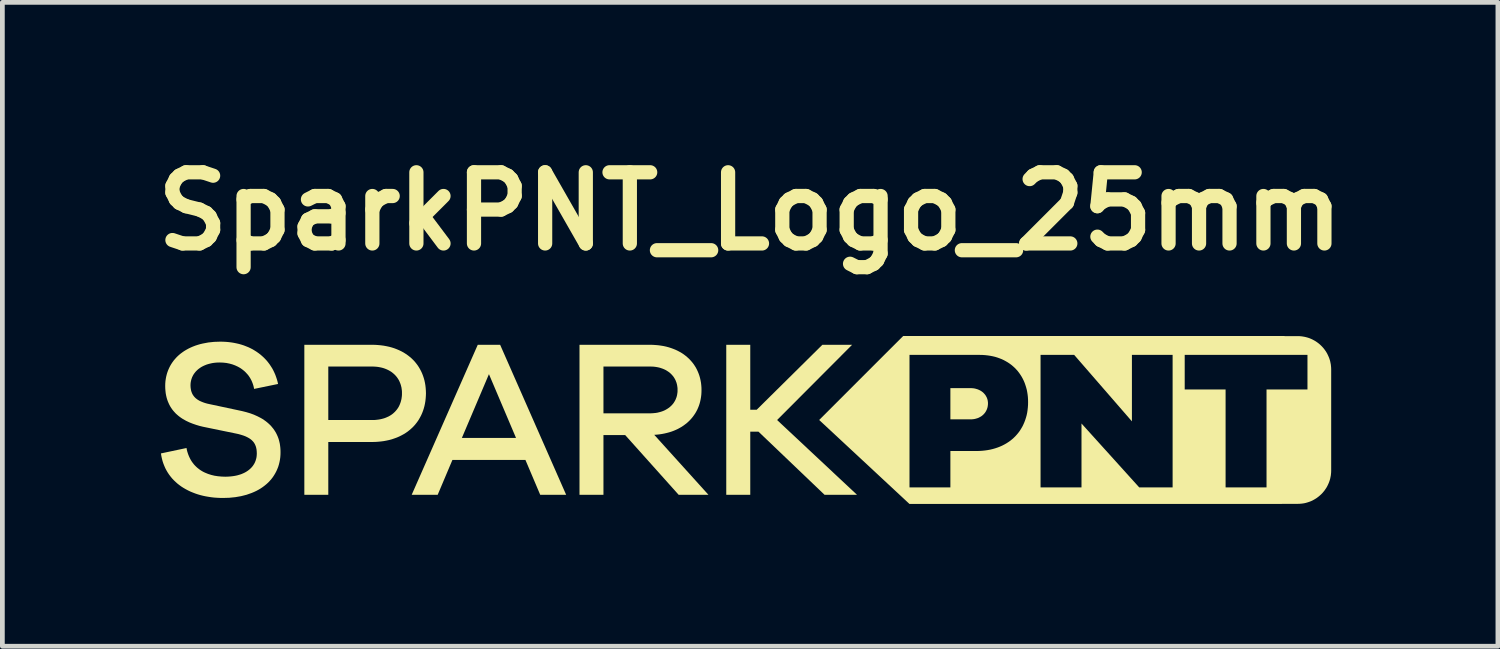
<source format=kicad_pcb>
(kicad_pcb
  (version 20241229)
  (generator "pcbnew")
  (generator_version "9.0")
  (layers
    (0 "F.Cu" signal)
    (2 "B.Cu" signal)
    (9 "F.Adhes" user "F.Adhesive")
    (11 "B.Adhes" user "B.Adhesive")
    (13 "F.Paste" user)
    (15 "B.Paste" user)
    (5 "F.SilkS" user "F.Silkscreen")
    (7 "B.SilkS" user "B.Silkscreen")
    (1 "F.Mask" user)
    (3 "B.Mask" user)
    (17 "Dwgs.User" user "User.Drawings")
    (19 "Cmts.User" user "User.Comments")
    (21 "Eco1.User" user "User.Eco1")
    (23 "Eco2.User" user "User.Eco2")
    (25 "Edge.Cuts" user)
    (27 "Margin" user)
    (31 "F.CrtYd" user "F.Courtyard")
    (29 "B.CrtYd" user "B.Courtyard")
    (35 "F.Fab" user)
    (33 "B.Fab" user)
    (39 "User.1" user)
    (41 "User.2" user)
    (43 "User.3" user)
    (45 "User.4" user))
  (footprint "SparkPNT_Logo_25mm"
    (layer "F.Cu")
    (at 12.764 5.804)
    (property "Reference" "SparkPNT_Logo_25mm" (at 0 -4.4 0) (layer "F.SilkS") (effects (font (size 1.5 1.5) (thickness 0.3))))
    (attr board_only exclude_from_pos_files exclude_from_bom)
    (fp_poly (pts (xy 3.359 1.77) (xy 3.359 1.77) (xy 3.359 1.77) (xy 3.359 1.77) (xy 3.359 1.77) (xy 3.359 1.77)) (stroke (width -0.000001) (type solid)) (fill yes) (layer "F.SilkS"))
    (fp_poly (pts (xy 0.003 -0.216) (xy 0.139 -0.216) (xy 1.523 -1.585) (xy 2.15 -1.585) (xy 0.569 0.001) (xy 2.254 1.578) (xy 1.57 1.578) (xy 0.177 0.247) (xy 0.003 0.247) (xy 0.003 1.578) (xy -0.503 1.578) (xy -0.503 -1.585) (xy 0.003 -1.585)) (stroke (width -0.000001) (type solid)) (fill yes) (layer "F.SilkS"))
    (fp_poly (pts (xy -3.878 1.578) (xy -4.425 1.578) (xy -4.737 0.842) (xy -6.276 0.842) (xy -6.587 1.578) (xy -7.135 1.578) (xy -6.607 0.379) (xy -6.077 0.379) (xy -4.935 0.379) (xy -5.506 -0.966) (xy -6.077 0.379) (xy -6.607 0.379) (xy -5.742 -1.585) (xy -5.27 -1.585)) (stroke (width -0.000001) (type solid)) (fill yes) (layer "F.SilkS"))
    (fp_poly (pts (xy 4.667 -0.671) (xy 4.685 -0.67) (xy 4.704 -0.668) (xy 4.722 -0.666) (xy 4.74 -0.662) (xy 4.757 -0.658) (xy 4.774 -0.653) (xy 4.791 -0.648) (xy 4.807 -0.642) (xy 4.823 -0.635) (xy 4.838 -0.628) (xy 4.853 -0.62) (xy 4.868 -0.611) (xy 4.882 -0.602) (xy 4.895 -0.592) (xy 4.908 -0.582) (xy 4.92 -0.571) (xy 4.931 -0.559) (xy 4.942 -0.547) (xy 4.952 -0.535) (xy 4.962 -0.522) (xy 4.97 -0.508) (xy 4.978 -0.494) (xy 4.986 -0.48) (xy 4.992 -0.465) (xy 4.998 -0.45) (xy 5.003 -0.434) (xy 5.007 -0.418) (xy 5.01 -0.402) (xy 5.012 -0.385) (xy 5.014 -0.368) (xy 5.014 -0.351) (xy 5.014 -0.332) (xy 5.012 -0.313) (xy 5.01 -0.295) (xy 5.007 -0.278) (xy 5.003 -0.26) (xy 4.998 -0.244) (xy 4.992 -0.228) (xy 4.986 -0.212) (xy 4.978 -0.197) (xy 4.97 -0.182) (xy 4.962 -0.168) (xy 4.952 -0.154) (xy 4.942 -0.141) (xy 4.931 -0.129) (xy 4.92 -0.117) (xy 4.908 -0.105) (xy 4.895 -0.095) (xy 4.882 -0.084) (xy 4.868 -0.075) (xy 4.853 -0.066) (xy 4.838 -0.058) (xy 4.823 -0.05) (xy 4.807 -0.043) (xy 4.791 -0.037) (xy 4.774 -0.032) (xy 4.757 -0.027) (xy 4.74 -0.023) (xy 4.722 -0.019) (xy 4.704 -0.017) (xy 4.685 -0.015) (xy 4.667 -0.013) (xy 4.648 -0.013) (xy 4.222 -0.013) (xy 4.222 -0.672) (xy 4.648 -0.672)) (stroke (width -0.000001) (type solid)) (fill yes) (layer "F.SilkS"))
    (fp_poly (pts (xy -7.907 -1.584) (xy -7.844 -1.58) (xy -7.783 -1.574) (xy -7.723 -1.566) (xy -7.664 -1.555) (xy -7.608 -1.543) (xy -7.553 -1.528) (xy -7.5 -1.511) (xy -7.448 -1.491) (xy -7.399 -1.47) (xy -7.351 -1.447) (xy -7.305 -1.422) (xy -7.261 -1.394) (xy -7.219 -1.365) (xy -7.179 -1.334) (xy -7.141 -1.302) (xy -7.105 -1.267) (xy -7.071 -1.231) (xy -7.04 -1.193) (xy -7.01 -1.153) (xy -6.983 -1.112) (xy -6.958 -1.069) (xy -6.935 -1.025) (xy -6.914 -0.979) (xy -6.896 -0.932) (xy -6.88 -0.884) (xy -6.866 -0.834) (xy -6.855 -0.783) (xy -6.846 -0.73) (xy -6.84 -0.676) (xy -6.836 -0.621) (xy -6.834 -0.565) (xy -6.836 -0.508) (xy -6.84 -0.453) (xy -6.846 -0.398) (xy -6.855 -0.345) (xy -6.866 -0.293) (xy -6.88 -0.242) (xy -6.896 -0.193) (xy -6.914 -0.146) (xy -6.935 -0.099) (xy -6.958 -0.055) (xy -6.983 -0.011) (xy -7.01 0.03) (xy -7.04 0.07) (xy -7.071 0.108) (xy -7.105 0.145) (xy -7.141 0.179) (xy -7.179 0.212) (xy -7.219 0.244) (xy -7.261 0.273) (xy -7.305 0.3) (xy -7.351 0.325) (xy -7.399 0.349) (xy -7.448 0.37) (xy -7.5 0.389) (xy -7.553 0.407) (xy -7.608 0.422) (xy -7.664 0.434) (xy -7.723 0.445) (xy -7.783 0.453) (xy -7.844 0.459) (xy -7.907 0.463) (xy -7.972 0.464) (xy -8.893 0.464) (xy -8.893 1.578) (xy -9.398 1.578) (xy -9.398 0.001) (xy -8.893 0.001) (xy -7.972 0.001) (xy -7.935 0.001) (xy -7.9 -0.001) (xy -7.865 -0.005) (xy -7.831 -0.009) (xy -7.798 -0.015) (xy -7.766 -0.022) (xy -7.736 -0.03) (xy -7.706 -0.039) (xy -7.677 -0.05) (xy -7.65 -0.062) (xy -7.623 -0.074) (xy -7.598 -0.088) (xy -7.573 -0.103) (xy -7.55 -0.119) (xy -7.528 -0.136) (xy -7.507 -0.155) (xy -7.487 -0.174) (xy -7.469 -0.194) (xy -7.451 -0.215) (xy -7.435 -0.237) (xy -7.42 -0.259) (xy -7.406 -0.283) (xy -7.394 -0.308) (xy -7.383 -0.333) (xy -7.373 -0.36) (xy -7.364 -0.387) (xy -7.357 -0.415) (xy -7.35 -0.443) (xy -7.346 -0.473) (xy -7.342 -0.503) (xy -7.34 -0.534) (xy -7.34 -0.565) (xy -7.34 -0.596) (xy -7.342 -0.625) (xy -7.346 -0.654) (xy -7.35 -0.683) (xy -7.357 -0.711) (xy -7.364 -0.738) (xy -7.373 -0.765) (xy -7.383 -0.79) (xy -7.394 -0.816) (xy -7.406 -0.84) (xy -7.42 -0.863) (xy -7.435 -0.886) (xy -7.451 -0.908) (xy -7.469 -0.929) (xy -7.487 -0.949) (xy -7.507 -0.968) (xy -7.528 -0.986) (xy -7.55 -1.004) (xy -7.573 -1.02) (xy -7.598 -1.035) (xy -7.623 -1.049) (xy -7.65 -1.062) (xy -7.677 -1.074) (xy -7.706 -1.085) (xy -7.736 -1.095) (xy -7.766 -1.103) (xy -7.798 -1.11) (xy -7.831 -1.116) (xy -7.865 -1.121) (xy -7.9 -1.124) (xy -7.935 -1.126) (xy -7.972 -1.127) (xy -8.893 -1.127) (xy -8.893 0.001) (xy -9.398 0.001) (xy -9.398 -1.585) (xy -7.972 -1.585)) (stroke (width -0.000001) (type solid)) (fill yes) (layer "F.SilkS"))
    (fp_poly (pts (xy -2.05 -1.584) (xy -1.991 -1.58) (xy -1.933 -1.575) (xy -1.877 -1.567) (xy -1.822 -1.558) (xy -1.768 -1.546) (xy -1.716 -1.532) (xy -1.666 -1.516) (xy -1.617 -1.498) (xy -1.57 -1.479) (xy -1.524 -1.457) (xy -1.481 -1.434) (xy -1.438 -1.409) (xy -1.398 -1.382) (xy -1.36 -1.353) (xy -1.323 -1.322) (xy -1.288 -1.29) (xy -1.256 -1.256) (xy -1.225 -1.221) (xy -1.196 -1.184) (xy -1.17 -1.146) (xy -1.145 -1.106) (xy -1.123 -1.064) (xy -1.103 -1.021) (xy -1.085 -0.977) (xy -1.069 -0.931) (xy -1.056 -0.885) (xy -1.045 -0.836) (xy -1.036 -0.787) (xy -1.03 -0.736) (xy -1.026 -0.684) (xy -1.025 -0.631) (xy -1.026 -0.581) (xy -1.029 -0.532) (xy -1.035 -0.483) (xy -1.043 -0.436) (xy -1.053 -0.39) (xy -1.065 -0.345) (xy -1.079 -0.302) (xy -1.096 -0.259) (xy -1.114 -0.218) (xy -1.135 -0.178) (xy -1.157 -0.14) (xy -1.182 -0.103) (xy -1.208 -0.067) (xy -1.236 -0.033) (xy -1.266 0.000437) (xy -1.298 0.032) (xy -1.331 0.062) (xy -1.367 0.09) (xy -1.403 0.117) (xy -1.442 0.143) (xy -1.482 0.166) (xy -1.524 0.189) (xy -1.567 0.209) (xy -1.612 0.228) (xy -1.658 0.245) (xy -1.706 0.26) (xy -1.755 0.273) (xy -1.806 0.285) (xy -1.858 0.295) (xy -1.911 0.303) (xy -1.965 0.309) (xy -2.021 0.313) (xy -0.878 1.578) (xy -1.506 1.578) (xy -2.634 0.318) (xy -3.092 0.318) (xy -3.092 1.578) (xy -3.597 1.578) (xy -3.597 -0.14) (xy -3.092 -0.14) (xy -2.11 -0.14) (xy -2.078 -0.141) (xy -2.046 -0.143) (xy -2.015 -0.146) (xy -1.985 -0.149) (xy -1.956 -0.154) (xy -1.927 -0.161) (xy -1.899 -0.168) (xy -1.872 -0.176) (xy -1.846 -0.185) (xy -1.821 -0.195) (xy -1.797 -0.206) (xy -1.773 -0.219) (xy -1.751 -0.232) (xy -1.729 -0.246) (xy -1.709 -0.26) (xy -1.689 -0.276) (xy -1.671 -0.293) (xy -1.653 -0.31) (xy -1.637 -0.328) (xy -1.621 -0.347) (xy -1.607 -0.367) (xy -1.594 -0.388) (xy -1.582 -0.409) (xy -1.571 -0.431) (xy -1.562 -0.454) (xy -1.553 -0.477) (xy -1.546 -0.501) (xy -1.54 -0.526) (xy -1.536 -0.552) (xy -1.532 -0.578) (xy -1.53 -0.604) (xy -1.53 -0.631) (xy -1.53 -0.659) (xy -1.532 -0.686) (xy -1.536 -0.712) (xy -1.54 -0.738) (xy -1.546 -0.763) (xy -1.553 -0.788) (xy -1.562 -0.811) (xy -1.571 -0.834) (xy -1.582 -0.857) (xy -1.594 -0.878) (xy -1.607 -0.899) (xy -1.621 -0.919) (xy -1.637 -0.938) (xy -1.653 -0.956) (xy -1.671 -0.974) (xy -1.689 -0.991) (xy -1.709 -1.007) (xy -1.729 -1.021) (xy -1.751 -1.035) (xy -1.773 -1.049) (xy -1.797 -1.061) (xy -1.821 -1.072) (xy -1.846 -1.082) (xy -1.872 -1.091) (xy -1.899 -1.1) (xy -1.927 -1.107) (xy -1.956 -1.113) (xy -1.985 -1.118) (xy -2.015 -1.122) (xy -2.046 -1.125) (xy -2.078 -1.126) (xy -2.11 -1.127) (xy -3.092 -1.127) (xy -3.092 -0.14) (xy -3.597 -0.14) (xy -3.597 -1.585) (xy -2.11 -1.585)) (stroke (width -0.000001) (type solid)) (fill yes) (layer "F.SilkS"))
    (fp_poly (pts (xy 11.267 -1.767) (xy 11.548 -1.767) (xy 11.584 -1.767) (xy 11.62 -1.764) (xy 11.655 -1.759) (xy 11.689 -1.753) (xy 11.723 -1.745) (xy 11.756 -1.736) (xy 11.789 -1.725) (xy 11.821 -1.712) (xy 11.852 -1.698) (xy 11.882 -1.682) (xy 11.911 -1.666) (xy 11.94 -1.647) (xy 11.967 -1.628) (xy 11.994 -1.607) (xy 12.019 -1.585) (xy 12.044 -1.561) (xy 12.067 -1.537) (xy 12.089 -1.512) (xy 12.11 -1.485) (xy 12.129 -1.458) (xy 12.148 -1.429) (xy 12.165 -1.4) (xy 12.18 -1.369) (xy 12.194 -1.338) (xy 12.207 -1.307) (xy 12.218 -1.274) (xy 12.228 -1.241) (xy 12.235 -1.207) (xy 12.242 -1.172) (xy 12.246 -1.137) (xy 12.249 -1.102) (xy 12.25 -1.066) (xy 12.25 1.067) (xy 12.249 1.103) (xy 12.246 1.138) (xy 12.242 1.173) (xy 12.235 1.208) (xy 12.228 1.241) (xy 12.218 1.275) (xy 12.207 1.307) (xy 12.194 1.339) (xy 12.18 1.37) (xy 12.165 1.4) (xy 12.148 1.43) (xy 12.129 1.458) (xy 12.11 1.486) (xy 12.089 1.512) (xy 12.067 1.538) (xy 12.044 1.562) (xy 12.019 1.585) (xy 11.994 1.607) (xy 11.967 1.628) (xy 11.94 1.648) (xy 11.911 1.666) (xy 11.882 1.683) (xy 11.852 1.699) (xy 11.821 1.713) (xy 11.789 1.725) (xy 11.756 1.736) (xy 11.723 1.746) (xy 11.689 1.754) (xy 11.655 1.76) (xy 11.62 1.764) (xy 11.584 1.767) (xy 11.548 1.768) (xy 11.211 1.768) (xy 11.211 1.77) (xy 3.359 1.77) (xy 1.456 0.000017) (xy 2.828 -1.372) (xy 3.36 -1.372) (xy 3.36 1.421) (xy 4.222 1.421) (xy 4.222 1.421) (xy 6.123 1.421) (xy 6.986 1.421) (xy 6.986 0.074) (xy 8.203 1.421) (xy 8.907 1.421) (xy 8.907 -0.643) (xy 9.162 -0.643) (xy 10.024 -0.643) (xy 10.024 1.421) (xy 10.887 1.421) (xy 10.887 -0.643) (xy 11.75 -0.643) (xy 11.75 -0.643) (xy 11.75 -1.372) (xy 9.162 -1.372) (xy 9.162 -0.643) (xy 8.907 -0.643) (xy 8.907 -1.372) (xy 8.907 -1.372) (xy 8.907 -1.372) (xy 8.049 -1.372) (xy 8.049 0.029) (xy 6.832 -1.372) (xy 6.123 -1.372) (xy 6.123 1.421) (xy 4.222 1.421) (xy 4.222 0.654) (xy 4.773 0.654) (xy 4.833 0.653) (xy 4.893 0.649) (xy 4.951 0.643) (xy 5.007 0.635) (xy 5.062 0.625) (xy 5.116 0.612) (xy 5.168 0.597) (xy 5.219 0.58) (xy 5.268 0.561) (xy 5.315 0.54) (xy 5.36 0.517) (xy 5.404 0.492) (xy 5.446 0.465) (xy 5.487 0.436) (xy 5.525 0.405) (xy 5.562 0.372) (xy 5.597 0.337) (xy 5.629 0.301) (xy 5.66 0.263) (xy 5.689 0.223) (xy 5.715 0.181) (xy 5.74 0.138) (xy 5.762 0.093) (xy 5.782 0.047) (xy 5.8 -0.001) (xy 5.816 -0.05) (xy 5.83 -0.101) (xy 5.841 -0.153) (xy 5.849 -0.207) (xy 5.855 -0.262) (xy 5.859 -0.318) (xy 5.86 -0.376) (xy 5.859 -0.431) (xy 5.856 -0.484) (xy 5.85 -0.537) (xy 5.842 -0.588) (xy 5.832 -0.639) (xy 5.819 -0.687) (xy 5.804 -0.735) (xy 5.788 -0.781) (xy 5.769 -0.826) (xy 5.748 -0.869) (xy 5.725 -0.911) (xy 5.7 -0.951) (xy 5.673 -0.99) (xy 5.645 -1.027) (xy 5.614 -1.062) (xy 5.582 -1.096) (xy 5.547 -1.128) (xy 5.512 -1.158) (xy 5.474 -1.186) (xy 5.434 -1.213) (xy 5.393 -1.237) (xy 5.351 -1.26) (xy 5.307 -1.281) (xy 5.261 -1.299) (xy 5.214 -1.316) (xy 5.165 -1.331) (xy 5.115 -1.343) (xy 5.063 -1.353) (xy 5.01 -1.361) (xy 4.956 -1.367) (xy 4.9 -1.371) (xy 4.843 -1.372) (xy 3.36 -1.372) (xy 3.36 -1.372) (xy 3.36 -1.372) (xy 2.828 -1.372) (xy 3.227 -1.77) (xy 11.267 -1.77)) (stroke (width -0.000001) (type solid)) (fill yes) (layer "F.SilkS"))
    (fp_poly (pts (xy -11.11 -1.65) (xy -11.051 -1.647) (xy -10.994 -1.642) (xy -10.938 -1.635) (xy -10.882 -1.626) (xy -10.829 -1.615) (xy -10.776 -1.603) (xy -10.724 -1.588) (xy -10.674 -1.572) (xy -10.626 -1.553) (xy -10.578 -1.534) (xy -10.532 -1.512) (xy -10.487 -1.489) (xy -10.444 -1.463) (xy -10.403 -1.437) (xy -10.362 -1.408) (xy -10.324 -1.379) (xy -10.287 -1.347) (xy -10.251 -1.314) (xy -10.218 -1.28) (xy -10.185 -1.244) (xy -10.155 -1.206) (xy -10.126 -1.167) (xy -10.1 -1.127) (xy -10.074 -1.086) (xy -10.051 -1.043) (xy -10.03 -0.999) (xy -10.01 -0.953) (xy -9.993 -0.906) (xy -9.977 -0.858) (xy -9.963 -0.809) (xy -9.952 -0.759) (xy -10.457 -0.655) (xy -10.463 -0.686) (xy -10.47 -0.716) (xy -10.479 -0.746) (xy -10.489 -0.775) (xy -10.5 -0.803) (xy -10.512 -0.831) (xy -10.526 -0.857) (xy -10.54 -0.883) (xy -10.556 -0.908) (xy -10.573 -0.933) (xy -10.591 -0.956) (xy -10.611 -0.978) (xy -10.631 -1) (xy -10.652 -1.021) (xy -10.674 -1.04) (xy -10.698 -1.059) (xy -10.722 -1.077) (xy -10.747 -1.094) (xy -10.773 -1.109) (xy -10.8 -1.124) (xy -10.856 -1.15) (xy -10.915 -1.172) (xy -10.977 -1.189) (xy -11.042 -1.202) (xy -11.109 -1.209) (xy -11.179 -1.212) (xy -11.214 -1.211) (xy -11.248 -1.21) (xy -11.281 -1.207) (xy -11.313 -1.203) (xy -11.344 -1.198) (xy -11.375 -1.191) (xy -11.404 -1.184) (xy -11.433 -1.176) (xy -11.461 -1.167) (xy -11.488 -1.156) (xy -11.514 -1.145) (xy -11.539 -1.133) (xy -11.563 -1.12) (xy -11.586 -1.106) (xy -11.607 -1.091) (xy -11.628 -1.076) (xy -11.648 -1.059) (xy -11.666 -1.042) (xy -11.684 -1.024) (xy -11.7 -1.005) (xy -11.715 -0.986) (xy -11.729 -0.966) (xy -11.742 -0.945) (xy -11.753 -0.923) (xy -11.764 -0.901) (xy -11.772 -0.878) (xy -11.78 -0.855) (xy -11.786 -0.831) (xy -11.791 -0.807) (xy -11.795 -0.782) (xy -11.797 -0.756) (xy -11.798 -0.73) (xy -11.796 -0.69) (xy -11.794 -0.671) (xy -11.791 -0.652) (xy -11.788 -0.634) (xy -11.784 -0.616) (xy -11.779 -0.599) (xy -11.773 -0.583) (xy -11.767 -0.567) (xy -11.76 -0.552) (xy -11.752 -0.537) (xy -11.743 -0.522) (xy -11.733 -0.509) (xy -11.723 -0.495) (xy -11.712 -0.483) (xy -11.7 -0.47) (xy -11.687 -0.458) (xy -11.673 -0.447) (xy -11.659 -0.436) (xy -11.644 -0.426) (xy -11.611 -0.406) (xy -11.574 -0.389) (xy -11.535 -0.373) (xy -11.492 -0.358) (xy -11.446 -0.345) (xy -11.396 -0.334) (xy -10.712 -0.188) (xy -10.625 -0.166) (xy -10.541 -0.141) (xy -10.462 -0.112) (xy -10.386 -0.078) (xy -10.314 -0.041) (xy -10.28 -0.021) (xy -10.247 0.001) (xy -10.216 0.023) (xy -10.185 0.047) (xy -10.156 0.072) (xy -10.129 0.097) (xy -10.102 0.124) (xy -10.078 0.153) (xy -10.054 0.182) (xy -10.032 0.213) (xy -10.012 0.244) (xy -9.993 0.277) (xy -9.976 0.311) (xy -9.96 0.347) (xy -9.946 0.383) (xy -9.934 0.421) (xy -9.924 0.461) (xy -9.915 0.501) (xy -9.909 0.543) (xy -9.904 0.586) (xy -9.901 0.631) (xy -9.9 0.676) (xy -9.901 0.731) (xy -9.905 0.785) (xy -9.912 0.838) (xy -9.922 0.889) (xy -9.934 0.938) (xy -9.949 0.987) (xy -9.967 1.033) (xy -9.987 1.078) (xy -10.01 1.122) (xy -10.035 1.164) (xy -10.062 1.205) (xy -10.092 1.244) (xy -10.124 1.281) (xy -10.158 1.317) (xy -10.195 1.351) (xy -10.234 1.383) (xy -10.275 1.414) (xy -10.318 1.443) (xy -10.363 1.47) (xy -10.41 1.495) (xy -10.459 1.518) (xy -10.509 1.539) (xy -10.617 1.577) (xy -10.731 1.606) (xy -10.852 1.627) (xy -10.98 1.64) (xy -11.113 1.644) (xy -11.176 1.643) (xy -11.237 1.64) (xy -11.298 1.636) (xy -11.358 1.629) (xy -11.418 1.62) (xy -11.476 1.61) (xy -11.533 1.598) (xy -11.589 1.584) (xy -11.644 1.568) (xy -11.697 1.55) (xy -11.749 1.53) (xy -11.8 1.509) (xy -11.85 1.485) (xy -11.897 1.46) (xy -11.944 1.433) (xy -11.988 1.405) (xy -12.031 1.374) (xy -12.072 1.342) (xy -12.111 1.307) (xy -12.148 1.272) (xy -12.184 1.234) (xy -12.217 1.194) (xy -12.248 1.153) (xy -12.277 1.11) (xy -12.303 1.066) (xy -12.328 1.019) (xy -12.349 0.971) (xy -12.369 0.921) (xy -12.386 0.87) (xy -12.4 0.816) (xy -12.412 0.761) (xy -12.421 0.705) (xy -11.882 0.591) (xy -11.875 0.629) (xy -11.866 0.665) (xy -11.855 0.7) (xy -11.843 0.734) (xy -11.83 0.766) (xy -11.815 0.798) (xy -11.8 0.828) (xy -11.783 0.857) (xy -11.765 0.885) (xy -11.745 0.911) (xy -11.725 0.937) (xy -11.703 0.961) (xy -11.68 0.984) (xy -11.656 1.006) (xy -11.631 1.026) (xy -11.605 1.046) (xy -11.578 1.064) (xy -11.55 1.081) (xy -11.521 1.097) (xy -11.491 1.111) (xy -11.428 1.137) (xy -11.362 1.158) (xy -11.292 1.175) (xy -11.22 1.186) (xy -11.144 1.193) (xy -11.066 1.196) (xy -11.027 1.195) (xy -10.988 1.193) (xy -10.951 1.19) (xy -10.915 1.186) (xy -10.88 1.181) (xy -10.847 1.175) (xy -10.814 1.168) (xy -10.783 1.159) (xy -10.752 1.15) (xy -10.723 1.14) (xy -10.695 1.128) (xy -10.668 1.116) (xy -10.643 1.103) (xy -10.619 1.089) (xy -10.596 1.074) (xy -10.574 1.058) (xy -10.553 1.041) (xy -10.534 1.024) (xy -10.516 1.006) (xy -10.499 0.987) (xy -10.483 0.967) (xy -10.469 0.946) (xy -10.456 0.925) (xy -10.444 0.903) (xy -10.434 0.88) (xy -10.425 0.857) (xy -10.418 0.833) (xy -10.411 0.808) (xy -10.406 0.783) (xy -10.403 0.758) (xy -10.401 0.731) (xy -10.4 0.705) (xy -10.402 0.661) (xy -10.406 0.62) (xy -10.41 0.601) (xy -10.414 0.582) (xy -10.419 0.564) (xy -10.425 0.547) (xy -10.432 0.53) (xy -10.439 0.514) (xy -10.448 0.498) (xy -10.457 0.483) (xy -10.467 0.469) (xy -10.478 0.455) (xy -10.491 0.442) (xy -10.503 0.429) (xy -10.517 0.417) (xy -10.532 0.405) (xy -10.548 0.394) (xy -10.565 0.383) (xy -10.601 0.363) (xy -10.641 0.344) (xy -10.686 0.327) (xy -10.734 0.312) (xy -10.787 0.297) (xy -10.844 0.285) (xy -11.533 0.143) (xy -11.607 0.125) (xy -11.68 0.103) (xy -11.752 0.078) (xy -11.823 0.05) (xy -11.892 0.017) (xy -11.958 -0.02) (xy -11.99 -0.041) (xy -12.02 -0.062) (xy -12.05 -0.085) (xy -12.079 -0.11) (xy -12.107 -0.135) (xy -12.133 -0.163) (xy -12.158 -0.191) (xy -12.182 -0.221) (xy -12.204 -0.253) (xy -12.225 -0.286) (xy -12.244 -0.321) (xy -12.261 -0.358) (xy -12.277 -0.396) (xy -12.291 -0.436) (xy -12.303 -0.478) (xy -12.313 -0.522) (xy -12.321 -0.567) (xy -12.326 -0.615) (xy -12.33 -0.665) (xy -12.331 -0.716) (xy -12.33 -0.768) (xy -12.326 -0.819) (xy -12.319 -0.868) (xy -12.31 -0.916) (xy -12.298 -0.964) (xy -12.284 -1.009) (xy -12.267 -1.054) (xy -12.248 -1.097) (xy -12.227 -1.139) (xy -12.203 -1.18) (xy -12.177 -1.219) (xy -12.149 -1.257) (xy -12.118 -1.293) (xy -12.086 -1.328) (xy -12.051 -1.361) (xy -12.014 -1.393) (xy -11.975 -1.422) (xy -11.934 -1.451) (xy -11.891 -1.477) (xy -11.846 -1.502) (xy -11.799 -1.525) (xy -11.751 -1.546) (xy -11.7 -1.566) (xy -11.648 -1.583) (xy -11.594 -1.599) (xy -11.538 -1.612) (xy -11.422 -1.634) (xy -11.299 -1.647) (xy -11.17 -1.651) (xy -11.17 -1.651)) (stroke (width -0.000001) (type solid)) (fill yes) (layer "F.SilkS")))
  (gr_rect
    (start -3 -3)
    (end 28.529 10.574)
    (stroke (width 0.1) (type default))
    (fill no)
    (layer "Edge.Cuts")))
</source>
